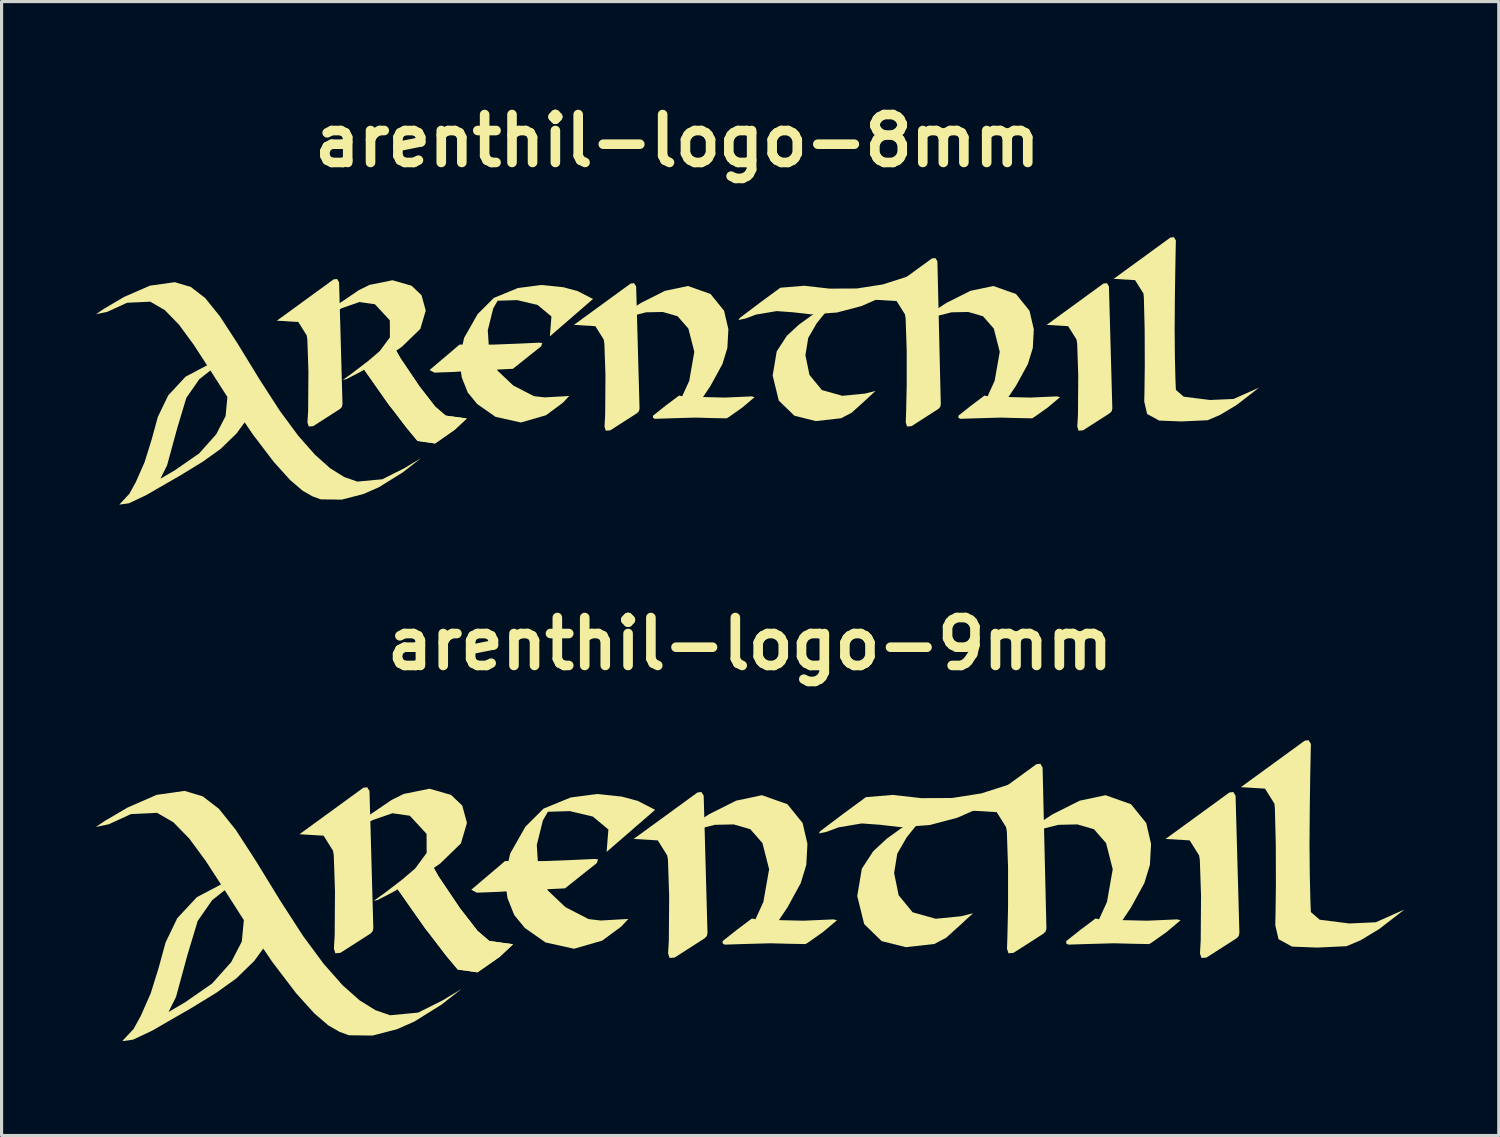
<source format=kicad_pcb>
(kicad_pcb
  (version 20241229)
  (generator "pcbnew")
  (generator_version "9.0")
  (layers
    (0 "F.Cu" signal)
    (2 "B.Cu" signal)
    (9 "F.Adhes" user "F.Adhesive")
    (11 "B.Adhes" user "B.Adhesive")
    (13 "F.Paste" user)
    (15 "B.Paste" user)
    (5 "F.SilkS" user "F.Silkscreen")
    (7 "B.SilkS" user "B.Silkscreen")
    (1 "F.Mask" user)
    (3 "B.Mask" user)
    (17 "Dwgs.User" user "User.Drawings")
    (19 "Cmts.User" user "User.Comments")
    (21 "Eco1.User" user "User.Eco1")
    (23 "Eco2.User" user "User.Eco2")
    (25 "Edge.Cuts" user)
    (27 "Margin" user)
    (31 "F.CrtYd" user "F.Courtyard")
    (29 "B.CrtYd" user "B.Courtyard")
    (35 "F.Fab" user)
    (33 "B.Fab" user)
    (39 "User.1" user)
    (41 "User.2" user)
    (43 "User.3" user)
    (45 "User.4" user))
  (footprint "arenthil-logo-9mm"
    (layer "F.Cu")
    (at 20.806 25.315)
    (property "Reference" "arenthil-logo-9mm" (at 0 -7.892 0) (layer "F.SilkS") (effects (font (size 1.524 1.524) (thickness 0.305))))
    (attr exclude_from_pos_files exclude_from_bom)
    (fp_poly (pts (xy -7.796 -0.982) (xy -8.869 -0.071) (xy -8.694 0.023) (xy -7.982 -0.004) (xy -7.147 -0.058) (xy -6.415 -0.089) (xy -5.888 -0.115) (xy -4.877 -0.919) (xy -4.837 -1.036) (xy -4.94 -1.05) (xy -5.624 -1.018) (xy -6.561 -0.982) (xy -7.305 -0.979) (xy -7.796 -0.982)) (stroke (width 0) (type solid)) (fill yes) (layer "F.SilkS"))
    (fp_poly (pts (xy -14.332 -1.836) (xy -12.302 -3.314) (xy -12.178 -3.328) (xy -12.106 -3.211) (xy -11.984 1.155) (xy -12.006 1.251) (xy -12.074 1.323) (xy -13.032 1.937) (xy -13.191 1.95) (xy -13.238 1.806) (xy -13.213 1.383) (xy -13.203 -0.027) (xy -13.242 -1.163) (xy -13.266 -1.312) (xy -13.565 -1.789) (xy -14.332 -1.836)) (stroke (width 0) (type solid)) (fill yes) (layer "F.SilkS"))
    (fp_poly (pts (xy -10.108 -0.844) (xy -9.91 -0.494) (xy -9.229 0.517) (xy -8.668 1.239) (xy -8.293 1.56) (xy -7.54 1.663) (xy -7.962 2.06) (xy -8.672 2.556) (xy -9.299 2.467) (xy -9.677 2.015) (xy -10.188 1.345) (xy -10.322 1.176) (xy -10.461 0.979) (xy -10.956 0.275) (xy -11.245 -0.138) (xy -10.108 -0.844)) (stroke (width 0) (type solid)) (fill yes) (layer "F.SilkS"))
    (fp_poly (pts (xy -10.108 -0.844) (xy -9.91 -0.494) (xy -9.229 0.517) (xy -8.668 1.239) (xy -8.293 1.56) (xy -7.54 1.663) (xy -7.962 2.06) (xy -8.672 2.556) (xy -9.299 2.467) (xy -9.677 2.015) (xy -10.188 1.345) (xy -10.322 1.176) (xy -10.461 0.979) (xy -10.956 0.275) (xy -11.245 -0.138) (xy -10.108 -0.844)) (stroke (width 0) (type solid)) (fill yes) (layer "F.SilkS"))
    (fp_poly (pts (xy -3.705 -1.686) (xy -1.675 -3.164) (xy -1.551 -3.178) (xy -1.478 -3.062) (xy -1.357 1.304) (xy -1.378 1.401) (xy -1.447 1.473) (xy -2.404 2.087) (xy -2.563 2.099) (xy -2.61 1.956) (xy -2.586 1.533) (xy -2.576 0.122) (xy -2.614 -1.013) (xy -2.638 -1.162) (xy -2.938 -1.64) (xy -3.705 -1.686)) (stroke (width 0) (type solid)) (fill yes) (layer "F.SilkS"))
    (fp_poly (pts (xy 13.21 -1.686) (xy 15.24 -3.164) (xy 15.364 -3.178) (xy 15.436 -3.062) (xy 15.558 1.304) (xy 15.536 1.401) (xy 15.467 1.473) (xy 14.51 2.087) (xy 14.351 2.099) (xy 14.304 1.956) (xy 14.328 1.533) (xy 14.338 0.122) (xy 14.3 -1.013) (xy 14.276 -1.162) (xy 13.977 -1.64) (xy 13.21 -1.686)) (stroke (width 0) (type solid)) (fill yes) (layer "F.SilkS"))
    (fp_poly (pts (xy 7.073 -2.584) (xy 9.103 -4.063) (xy 9.227 -4.077) (xy 9.299 -3.96) (xy 9.421 1.155) (xy 9.399 1.251) (xy 9.33 1.323) (xy 8.373 1.937) (xy 8.214 1.95) (xy 8.167 1.806) (xy 8.18 1.429) (xy 8.201 0.479) (xy 8.201 -0.776) (xy 8.163 -1.912) (xy 8.139 -2.06) (xy 7.84 -2.538) (xy 7.073 -2.584)) (stroke (width 0) (type solid)) (fill yes) (layer "F.SilkS"))
    (fp_poly (pts (xy 2.227 -1.933) (xy 2.933 -2.465) (xy 3.68 -3.015) (xy 4.533 -3.086) (xy 5.438 -2.984) (xy 6.418 -2.988) (xy 7.347 -3.133) (xy 8.313 -3.442) (xy 8.975 -3.676) (xy 8.27 -3.189) (xy 7.515 -2.768) (xy 6.586 -2.36) (xy 5.707 -2.128) (xy 4.79 -2.06) (xy 4.134 -2.136) (xy 3.549 -2.179) (xy 2.81 -2.054) (xy 2.426 -1.911) (xy 2.183 -1.861) (xy 2.227 -1.933)) (stroke (width 0) (type solid)) (fill yes) (layer "F.SilkS"))
    (fp_poly (pts (xy 5.757 -2.659) (xy 5.203 -2.314) (xy 4.341 -1.693) (xy 3.913 -1.295) (xy 3.551 -0.739) (xy 3.405 0.129) (xy 3.626 1.023) (xy 4.182 1.564) (xy 4.952 1.756) (xy 5.856 1.654) (xy 6.231 1.457) (xy 6.707 1.028) (xy 7.085 0.677) (xy 6.712 0.772) (xy 5.9 0.852) (xy 5.166 0.646) (xy 4.721 0.104) (xy 4.578 -0.602) (xy 4.678 -1.219) (xy 4.981 -1.742) (xy 5.308 -2.148) (xy 5.757 -2.659)) (stroke (width 0) (type solid)) (fill yes) (layer "F.SilkS"))
    (fp_poly (pts (xy -13.228 -1.686) (xy -13.211 -1.698) (xy -11.401 -2.927) (xy -11.017 -3.117) (xy -10.197 -3.283) (xy -9.513 -3.087) (xy -9.156 -2.747) (xy -9.006 -2.197) (xy -9.199 -1.543) (xy -9.854 -0.907) (xy -10.069 -0.759) (xy -10.711 -0.367) (xy -11.403 0.027) (xy -11.844 0.253) (xy -11.975 0.285) (xy -11.643 0.048) (xy -11.064 -0.395) (xy -10.652 -0.748) (xy -10.288 -1.242) (xy -10.291 -1.848) (xy -10.824 -2.424) (xy -11.376 -2.503) (xy -11.998 -2.289) (xy -12.819 -1.897) (xy -13.228 -1.686)) (stroke (width 0) (type solid)) (fill yes) (layer "F.SilkS"))
    (fp_poly (pts (xy 17.831 0.64) (xy 17.815 0.267) (xy 17.796 -0.56) (xy 17.787 -1.537) (xy 17.796 -2.675) (xy 17.81 -3.693) (xy 17.825 -4.427) (xy 17.831 -4.708) (xy 17.759 -4.825) (xy 17.635 -4.811) (xy 15.605 -3.333) (xy 16.372 -3.286) (xy 16.671 -2.809) (xy 16.686 -2.654) (xy 16.715 -1.512) (xy 16.719 -0.261) (xy 16.707 0.684) (xy 16.699 1.058) (xy 16.802 1.501) (xy 17.232 1.738) (xy 18.031 1.769) (xy 18.966 1.725) (xy 19.414 1.535) (xy 20.008 1.176) (xy 20.806 0.559) (xy 19.895 0.964) (xy 19.053 1.002) (xy 18.112 0.883) (xy 17.831 0.64)) (stroke (width 0) (type solid)) (fill yes) (layer "F.SilkS"))
    (fp_poly (pts (xy -7.808 -0.451) (xy -7.632 -1.222) (xy -7.148 -2.074) (xy -6.572 -2.65) (xy -5.712 -3.004) (xy -4.871 -3.115) (xy -4.084 -3.033) (xy -3.574 -2.896) (xy -3.022 -2.612) (xy -4.565 -1.275) (xy -4.509 -1.986) (xy -5.002 -2.397) (xy -5.736 -2.571) (xy -6.433 -2.55) (xy -6.592 -2.274) (xy -6.786 -1.493) (xy -6.733 -0.657) (xy -6.431 -0.044) (xy -5.875 0.484) (xy -5.138 0.863) (xy -4.752 0.908) (xy -3.873 0.858) (xy -4.096 1.097) (xy -4.704 1.547) (xy -5.601 1.806) (xy -6.508 1.606) (xy -7.165 1.146) (xy -7.503 0.734) (xy -7.717 0.197) (xy -7.808 -0.451)) (stroke (width 0) (type solid)) (fill yes) (layer "F.SilkS"))
    (fp_poly (pts (xy -15.598 -0.576) (xy -15.948 -0.513) (xy -16.742 -0.284) (xy -17.597 0.166) (xy -18.219 0.835) (xy -18.591 1.607) (xy -18.81 2.411) (xy -19.064 3.226) (xy -19.379 3.941) (xy -19.609 4.357) (xy -19.97 4.744) (xy -19.625 4.697) (xy -19.01 4.407) (xy -18.524 4.125) (xy -17.776 3.695) (xy -16.978 3.206) (xy -16.34 2.748) (xy -15.771 2.195) (xy -15.363 1.632) (xy -15.118 1.055) (xy -15.043 0.129) (xy -16.1 0.877) (xy -16.166 1.576) (xy -16.503 2.23) (xy -17.111 2.912) (xy -17.973 3.51) (xy -18.498 3.818) (xy -18.259 3.34) (xy -17.897 2.009) (xy -17.57 0.924) (xy -17.11 0.262) (xy -16.718 -0.049) (xy -16.06 -0.366) (xy -15.598 -0.576)) (stroke (width 0) (type solid)) (fill yes) (layer "F.SilkS"))
    (fp_poly (pts (xy -2.258 -1.83) (xy -1.983 -2.032) (xy -1.307 -2.472) (xy -0.447 -2.903) (xy 0.374 -3.077) (xy 1.185 -2.79) (xy 1.668 -2.192) (xy 1.821 -1.53) (xy 1.785 -0.86) (xy 1.609 -0.283) (xy 1.187 0.489) (xy 0.914 0.896) (xy 1.696 0.914) (xy 2.652 0.872) (xy 2.76 0.9) (xy 2.317 1.273) (xy 1.84 1.61) (xy 1.762 1.657) (xy 1.258 1.648) (xy 0.646 1.632) (xy -0.154 1.654) (xy -0.814 1.675) (xy -0.879 1.632) (xy -0.873 1.56) (xy -0.419 1.2) (xy 0.056 0.844) (xy 0.168 0.868) (xy 0.42 0.317) (xy 0.603 -0.723) (xy 0.39 -1.555) (xy 0.005 -1.995) (xy -0.524 -2.148) (xy -1.123 -2.135) (xy -1.827 -1.958) (xy -2.258 -1.83)) (stroke (width 0) (type solid)) (fill yes) (layer "F.SilkS"))
    (fp_poly (pts (xy 8.669 -1.83) (xy 8.944 -2.032) (xy 9.62 -2.472) (xy 10.479 -2.903) (xy 11.301 -3.077) (xy 12.111 -2.79) (xy 12.595 -2.192) (xy 12.748 -1.53) (xy 12.712 -0.86) (xy 12.536 -0.283) (xy 12.113 0.489) (xy 11.841 0.896) (xy 12.623 0.914) (xy 13.579 0.872) (xy 13.687 0.9) (xy 13.244 1.273) (xy 12.767 1.61) (xy 12.689 1.657) (xy 12.185 1.648) (xy 11.572 1.632) (xy 10.773 1.654) (xy 10.113 1.675) (xy 10.048 1.632) (xy 10.054 1.56) (xy 10.508 1.2) (xy 10.983 0.844) (xy 11.095 0.868) (xy 11.347 0.317) (xy 11.53 -0.723) (xy 11.317 -1.555) (xy 10.932 -1.995) (xy 10.403 -2.148) (xy 9.804 -2.135) (xy 9.1 -1.958) (xy 8.669 -1.83)) (stroke (width 0) (type solid)) (fill yes) (layer "F.SilkS"))
    (fp_poly (pts (xy -20.806 -2.067) (xy -20.394 -2.154) (xy -19.69 -2.477) (xy -18.86 -2.516) (xy -18.34 -2.214) (xy -17.833 -1.693) (xy -17.316 -0.989) (xy -16.764 -0.14) (xy -16.153 0.815) (xy -15.192 2.232) (xy -14.439 3.221) (xy -13.858 3.864) (xy -13.41 4.246) (xy -13.057 4.449) (xy -12.761 4.557) (xy -12.012 4.567) (xy -11.234 4.366) (xy -10.677 4.12) (xy -9.819 3.585) (xy -9.181 3.085) (xy -9.772 3.443) (xy -10.56 3.837) (xy -11.451 3.921) (xy -11.92 3.758) (xy -12.423 3.445) (xy -12.968 2.96) (xy -13.564 2.284) (xy -14.22 1.397) (xy -14.943 0.278) (xy -15.743 -1.026) (xy -16.367 -1.987) (xy -16.896 -2.646) (xy -17.409 -3.041) (xy -17.987 -3.214) (xy -18.875 -3.088) (xy -19.794 -2.687) (xy -20.515 -2.264) (xy -20.806 -2.067)) (stroke (width 0) (type solid)) (fill yes) (layer "F.SilkS")))
  (footprint "arenthil-logo-8mm"
    (layer "F.Cu")
    (at 18.494 8.78)
    (property "Reference" "arenthil-logo-8mm" (at 0 -7.353 0) (layer "F.SilkS") (effects (font (size 1.524 1.524) (thickness 0.305))))
    (attr exclude_from_pos_files exclude_from_bom)
    (fp_poly (pts (xy -6.93 -0.872) (xy -7.883 -0.063) (xy -7.728 0.02) (xy -7.095 -0.003) (xy -6.353 -0.052) (xy -5.702 -0.079) (xy -5.233 -0.102) (xy -4.335 -0.817) (xy -4.299 -0.921) (xy -4.391 -0.933) (xy -4.999 -0.905) (xy -5.832 -0.872) (xy -6.493 -0.87) (xy -6.93 -0.872)) (stroke (width 0) (type solid)) (fill yes) (layer "F.SilkS"))
    (fp_poly (pts (xy -12.74 -1.632) (xy -10.935 -2.946) (xy -10.825 -2.958) (xy -10.761 -2.854) (xy -10.652 1.026) (xy -10.672 1.112) (xy -10.733 1.176) (xy -11.584 1.722) (xy -11.725 1.733) (xy -11.767 1.606) (xy -11.745 1.229) (xy -11.736 -0.024) (xy -11.77 -1.034) (xy -11.792 -1.166) (xy -12.058 -1.59) (xy -12.74 -1.632)) (stroke (width 0) (type solid)) (fill yes) (layer "F.SilkS"))
    (fp_poly (pts (xy -8.985 -0.75) (xy -8.809 -0.439) (xy -8.203 0.459) (xy -7.705 1.101) (xy -7.372 1.387) (xy -6.702 1.478) (xy -7.078 1.832) (xy -7.709 2.272) (xy -8.266 2.193) (xy -8.601 1.791) (xy -9.056 1.195) (xy -9.175 1.046) (xy -9.299 0.87) (xy -9.738 0.244) (xy -9.996 -0.123) (xy -8.985 -0.75)) (stroke (width 0) (type solid)) (fill yes) (layer "F.SilkS"))
    (fp_poly (pts (xy -8.985 -0.75) (xy -8.809 -0.439) (xy -8.203 0.459) (xy -7.705 1.101) (xy -7.372 1.387) (xy -6.702 1.478) (xy -7.078 1.832) (xy -7.709 2.272) (xy -8.266 2.193) (xy -8.601 1.791) (xy -9.056 1.195) (xy -9.175 1.046) (xy -9.299 0.87) (xy -9.738 0.244) (xy -9.996 -0.123) (xy -8.985 -0.75)) (stroke (width 0) (type solid)) (fill yes) (layer "F.SilkS"))
    (fp_poly (pts (xy -3.293 -1.499) (xy -1.489 -2.813) (xy -1.378 -2.825) (xy -1.314 -2.721) (xy -1.206 1.159) (xy -1.225 1.245) (xy -1.286 1.309) (xy -2.137 1.855) (xy -2.279 1.866) (xy -2.32 1.739) (xy -2.299 1.362) (xy -2.29 0.109) (xy -2.324 -0.901) (xy -2.345 -1.033) (xy -2.611 -1.457) (xy -3.293 -1.499)) (stroke (width 0) (type solid)) (fill yes) (layer "F.SilkS"))
    (fp_poly (pts (xy 11.742 -1.499) (xy 13.546 -2.813) (xy 13.657 -2.825) (xy 13.721 -2.721) (xy 13.829 1.159) (xy 13.81 1.245) (xy 13.749 1.309) (xy 12.898 1.855) (xy 12.756 1.866) (xy 12.715 1.739) (xy 12.736 1.362) (xy 12.745 0.109) (xy 12.711 -0.901) (xy 12.69 -1.033) (xy 12.424 -1.457) (xy 11.742 -1.499)) (stroke (width 0) (type solid)) (fill yes) (layer "F.SilkS"))
    (fp_poly (pts (xy 6.287 -2.297) (xy 8.091 -3.611) (xy 8.201 -3.624) (xy 8.266 -3.52) (xy 8.374 1.026) (xy 8.355 1.112) (xy 8.294 1.176) (xy 7.443 1.722) (xy 7.301 1.733) (xy 7.26 1.606) (xy 7.271 1.271) (xy 7.29 0.425) (xy 7.29 -0.69) (xy 7.256 -1.699) (xy 7.235 -1.832) (xy 6.969 -2.256) (xy 6.287 -2.297)) (stroke (width 0) (type solid)) (fill yes) (layer "F.SilkS"))
    (fp_poly (pts (xy 1.979 -1.718) (xy 2.607 -2.192) (xy 3.271 -2.68) (xy 4.029 -2.743) (xy 4.834 -2.652) (xy 5.705 -2.656) (xy 6.531 -2.785) (xy 7.389 -3.06) (xy 7.978 -3.267) (xy 7.351 -2.835) (xy 6.68 -2.46) (xy 5.854 -2.098) (xy 5.073 -1.892) (xy 4.258 -1.832) (xy 3.675 -1.899) (xy 3.154 -1.937) (xy 2.497 -1.826) (xy 2.157 -1.698) (xy 1.94 -1.654) (xy 1.979 -1.718)) (stroke (width 0) (type solid)) (fill yes) (layer "F.SilkS"))
    (fp_poly (pts (xy 5.117 -2.364) (xy 4.625 -2.057) (xy 3.859 -1.504) (xy 3.478 -1.151) (xy 3.156 -0.656) (xy 3.027 0.114) (xy 3.223 0.91) (xy 3.718 1.391) (xy 4.402 1.561) (xy 5.205 1.47) (xy 5.538 1.295) (xy 5.962 0.913) (xy 6.298 0.602) (xy 5.967 0.686) (xy 5.244 0.757) (xy 4.592 0.574) (xy 4.197 0.092) (xy 4.069 -0.535) (xy 4.158 -1.083) (xy 4.427 -1.548) (xy 4.718 -1.909) (xy 5.117 -2.364)) (stroke (width 0) (type solid)) (fill yes) (layer "F.SilkS"))
    (fp_poly (pts (xy -11.758 -1.499) (xy -11.743 -1.509) (xy -10.134 -2.602) (xy -9.792 -2.771) (xy -9.064 -2.918) (xy -8.456 -2.744) (xy -8.138 -2.441) (xy -8.005 -1.953) (xy -8.177 -1.371) (xy -8.759 -0.806) (xy -8.95 -0.675) (xy -9.521 -0.326) (xy -10.136 0.024) (xy -10.528 0.225) (xy -10.644 0.253) (xy -10.35 0.042) (xy -9.835 -0.351) (xy -9.468 -0.665) (xy -9.144 -1.104) (xy -9.147 -1.643) (xy -9.621 -2.154) (xy -10.112 -2.225) (xy -10.664 -2.034) (xy -11.394 -1.686) (xy -11.758 -1.499)) (stroke (width 0) (type solid)) (fill yes) (layer "F.SilkS"))
    (fp_poly (pts (xy 15.85 0.569) (xy 15.836 0.237) (xy 15.818 -0.498) (xy 15.811 -1.366) (xy 15.818 -2.377) (xy 15.832 -3.283) (xy 15.844 -3.935) (xy 15.85 -4.185) (xy 15.785 -4.289) (xy 15.675 -4.276) (xy 13.871 -2.962) (xy 14.553 -2.921) (xy 14.819 -2.497) (xy 14.832 -2.359) (xy 14.857 -1.344) (xy 14.861 -0.232) (xy 14.851 0.608) (xy 14.844 0.94) (xy 14.935 1.334) (xy 15.318 1.545) (xy 16.027 1.572) (xy 16.859 1.534) (xy 17.257 1.364) (xy 17.785 1.046) (xy 18.494 0.497) (xy 17.685 0.857) (xy 16.936 0.89) (xy 16.099 0.785) (xy 15.85 0.569)) (stroke (width 0) (type solid)) (fill yes) (layer "F.SilkS"))
    (fp_poly (pts (xy -6.941 -0.401) (xy -6.784 -1.087) (xy -6.353 -1.844) (xy -5.842 -2.355) (xy -5.077 -2.67) (xy -4.33 -2.768) (xy -3.631 -2.696) (xy -3.177 -2.574) (xy -2.686 -2.322) (xy -4.058 -1.133) (xy -4.008 -1.765) (xy -4.446 -2.131) (xy -5.099 -2.286) (xy -5.718 -2.267) (xy -5.86 -2.021) (xy -6.032 -1.327) (xy -5.984 -0.584) (xy -5.717 -0.039) (xy -5.222 0.43) (xy -4.567 0.767) (xy -4.224 0.807) (xy -3.443 0.763) (xy -3.641 0.975) (xy -4.181 1.375) (xy -4.978 1.606) (xy -5.785 1.427) (xy -6.369 1.019) (xy -6.669 0.652) (xy -6.859 0.175) (xy -6.941 -0.401)) (stroke (width 0) (type solid)) (fill yes) (layer "F.SilkS"))
    (fp_poly (pts (xy -13.865 -0.512) (xy -14.176 -0.456) (xy -14.882 -0.253) (xy -15.642 0.148) (xy -16.194 0.743) (xy -16.525 1.428) (xy -16.72 2.143) (xy -16.946 2.868) (xy -17.226 3.503) (xy -17.43 3.873) (xy -17.751 4.217) (xy -17.445 4.175) (xy -16.898 3.917) (xy -16.466 3.667) (xy -15.801 3.284) (xy -15.091 2.849) (xy -14.525 2.443) (xy -14.019 1.952) (xy -13.656 1.451) (xy -13.438 0.938) (xy -13.372 0.114) (xy -14.311 0.78) (xy -14.37 1.401) (xy -14.669 1.982) (xy -15.21 2.588) (xy -15.976 3.12) (xy -16.443 3.394) (xy -16.231 2.969) (xy -15.908 1.786) (xy -15.618 0.821) (xy -15.209 0.233) (xy -14.86 -0.044) (xy -14.276 -0.326) (xy -13.865 -0.512)) (stroke (width 0) (type solid)) (fill yes) (layer "F.SilkS"))
    (fp_poly (pts (xy -2.007 -1.626) (xy -1.763 -1.806) (xy -1.161 -2.197) (xy -0.398 -2.581) (xy 0.333 -2.735) (xy 1.053 -2.48) (xy 1.482 -1.948) (xy 1.619 -1.36) (xy 1.587 -0.764) (xy 1.43 -0.252) (xy 1.055 0.434) (xy 0.812 0.796) (xy 1.508 0.813) (xy 2.358 0.775) (xy 2.453 0.8) (xy 2.06 1.131) (xy 1.635 1.431) (xy 1.566 1.473) (xy 1.118 1.465) (xy 0.574 1.45) (xy -0.137 1.47) (xy -0.723 1.489) (xy -0.782 1.45) (xy -0.776 1.387) (xy -0.373 1.067) (xy 0.05 0.75) (xy 0.15 0.771) (xy 0.374 0.282) (xy 0.536 -0.642) (xy 0.347 -1.382) (xy 0.004 -1.773) (xy -0.466 -1.909) (xy -0.998 -1.898) (xy -1.624 -1.74) (xy -2.007 -1.626)) (stroke (width 0) (type solid)) (fill yes) (layer "F.SilkS"))
    (fp_poly (pts (xy 7.706 -1.626) (xy 7.95 -1.806) (xy 8.551 -2.197) (xy 9.315 -2.581) (xy 10.045 -2.735) (xy 10.766 -2.48) (xy 11.195 -1.948) (xy 11.332 -1.36) (xy 11.3 -0.764) (xy 11.143 -0.252) (xy 10.768 0.434) (xy 10.525 0.796) (xy 11.221 0.813) (xy 12.07 0.775) (xy 12.166 0.8) (xy 11.773 1.131) (xy 11.348 1.431) (xy 11.279 1.473) (xy 10.831 1.465) (xy 10.287 1.45) (xy 9.576 1.47) (xy 8.989 1.489) (xy 8.931 1.45) (xy 8.937 1.387) (xy 9.34 1.067) (xy 9.763 0.75) (xy 9.862 0.771) (xy 10.086 0.282) (xy 10.249 -0.642) (xy 10.059 -1.382) (xy 9.717 -1.773) (xy 9.247 -1.909) (xy 8.715 -1.898) (xy 8.089 -1.74) (xy 7.706 -1.626)) (stroke (width 0) (type solid)) (fill yes) (layer "F.SilkS"))
    (fp_poly (pts (xy -18.494 -1.837) (xy -18.128 -1.915) (xy -17.503 -2.202) (xy -16.765 -2.236) (xy -16.303 -1.968) (xy -15.852 -1.505) (xy -15.392 -0.879) (xy -14.901 -0.125) (xy -14.359 0.724) (xy -13.504 1.984) (xy -12.835 2.863) (xy -12.318 3.435) (xy -11.92 3.775) (xy -11.606 3.955) (xy -11.343 4.05) (xy -10.677 4.059) (xy -9.986 3.88) (xy -9.491 3.662) (xy -8.728 3.187) (xy -8.161 2.742) (xy -8.686 3.06) (xy -9.387 3.411) (xy -10.178 3.485) (xy -10.596 3.341) (xy -11.043 3.062) (xy -11.527 2.631) (xy -12.057 2.03) (xy -12.64 1.242) (xy -13.283 0.247) (xy -13.993 -0.912) (xy -14.548 -1.767) (xy -15.019 -2.352) (xy -15.475 -2.704) (xy -15.988 -2.857) (xy -16.778 -2.745) (xy -17.595 -2.389) (xy -18.235 -2.012) (xy -18.494 -1.837)) (stroke (width 0) (type solid)) (fill yes) (layer "F.SilkS")))
  (gr_rect
    (start -3 -3)
    (end 44.612 33.059)
    (stroke (width 0.1) (type default))
    (fill no)
    (layer "Edge.Cuts")))
</source>
